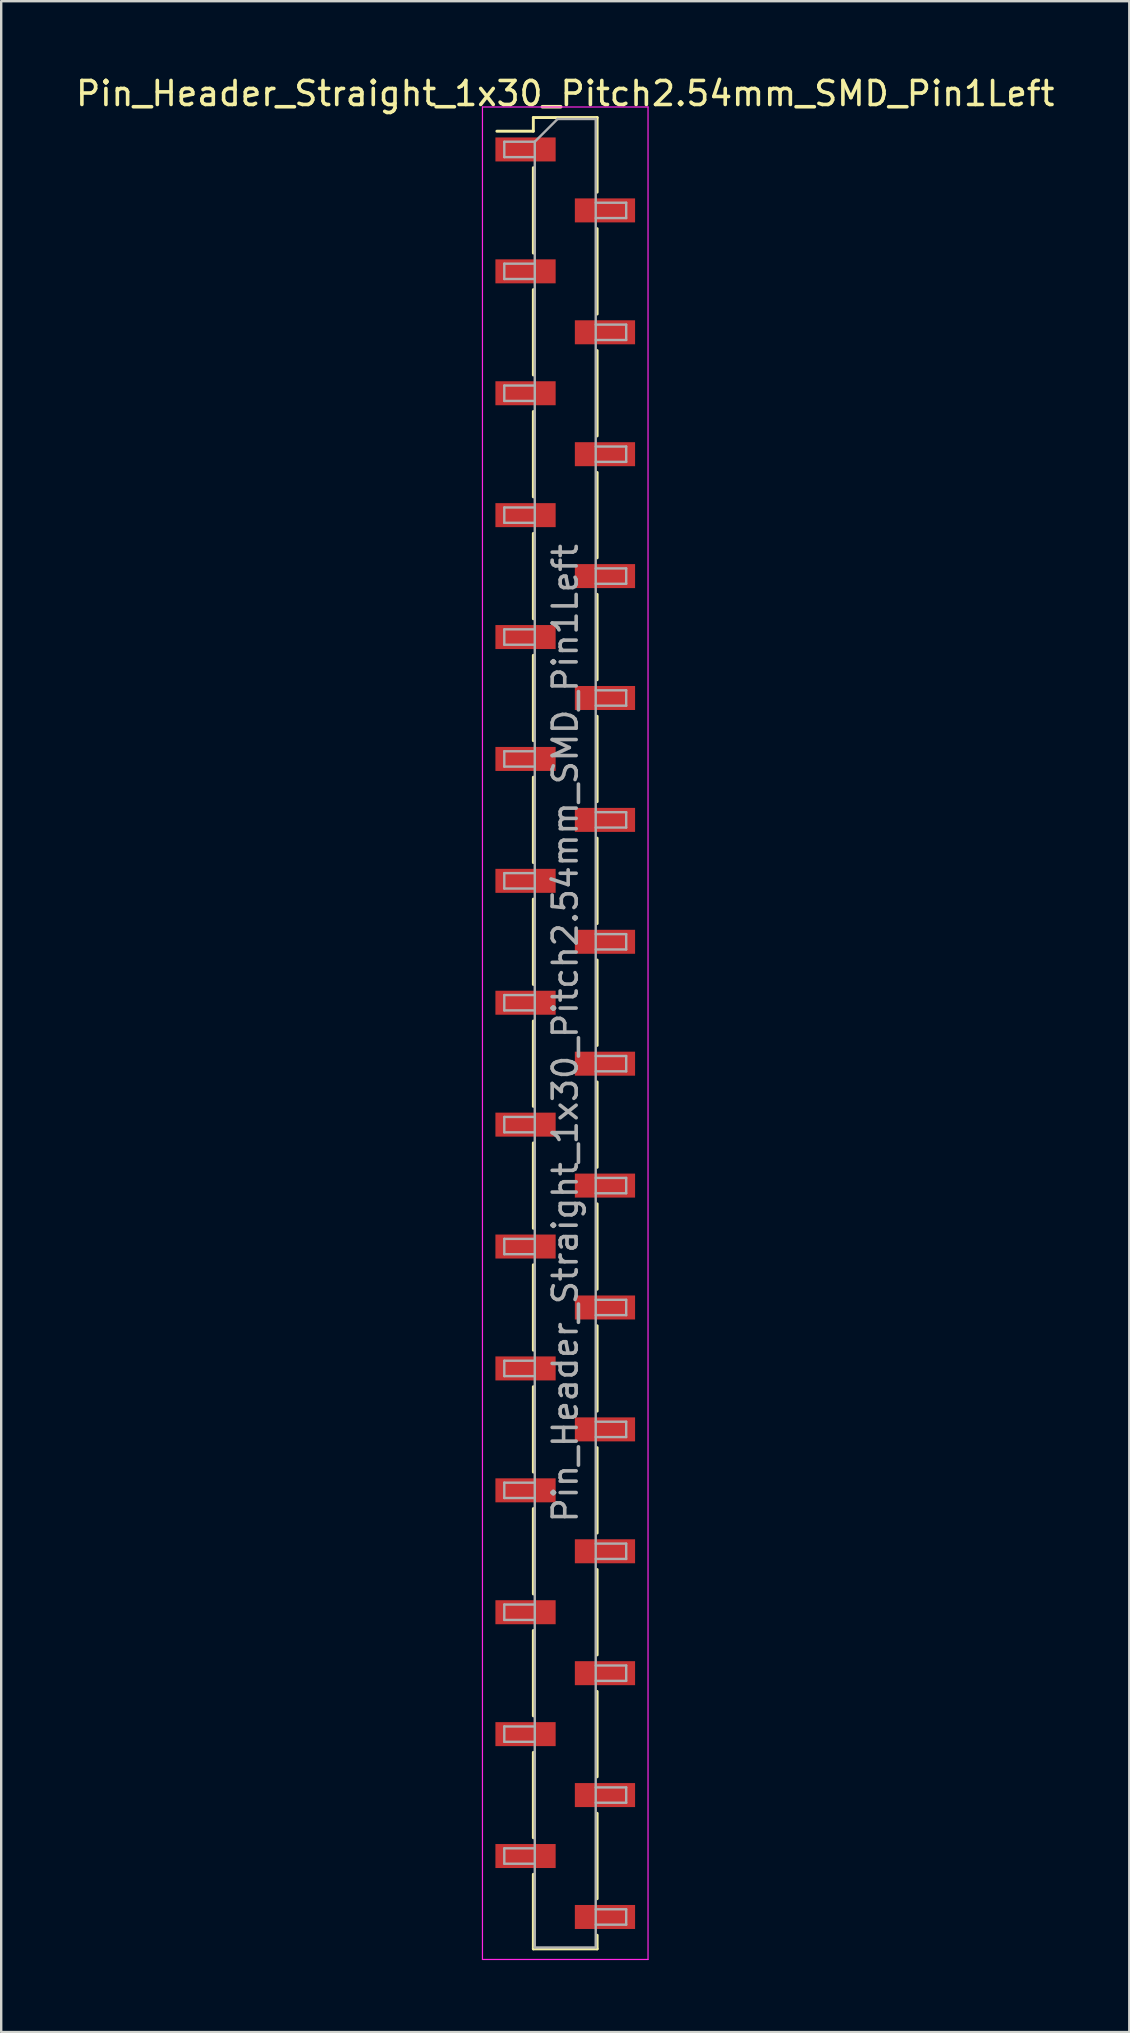
<source format=kicad_pcb>
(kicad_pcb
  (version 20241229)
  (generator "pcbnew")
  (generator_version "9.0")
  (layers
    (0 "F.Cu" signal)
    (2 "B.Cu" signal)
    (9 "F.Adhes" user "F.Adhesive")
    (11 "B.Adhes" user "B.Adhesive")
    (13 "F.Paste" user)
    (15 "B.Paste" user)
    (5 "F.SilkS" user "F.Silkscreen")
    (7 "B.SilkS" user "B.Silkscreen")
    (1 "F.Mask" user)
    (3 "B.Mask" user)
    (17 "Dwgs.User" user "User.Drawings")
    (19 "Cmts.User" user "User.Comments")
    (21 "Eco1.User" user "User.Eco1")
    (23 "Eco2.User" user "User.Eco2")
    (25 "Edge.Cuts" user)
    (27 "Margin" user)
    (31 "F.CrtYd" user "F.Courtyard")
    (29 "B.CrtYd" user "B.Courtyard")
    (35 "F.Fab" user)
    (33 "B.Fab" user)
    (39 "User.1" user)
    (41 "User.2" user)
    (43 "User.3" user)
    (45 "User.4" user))
  (footprint "Pin_Header_Straight_1x30_Pitch2.54mm_SMD_Pin1Left"
    (layer "F.Cu")
    (at 20.506 40.008)
    (property "Reference" "Pin_Header_Straight_1x30_Pitch2.54mm_SMD_Pin1Left" (at 0 -39.16 0) (layer "F.SilkS") (effects (font (size 1 1) (thickness 0.15))))
    (attr smd)
    (fp_line (start -1.33 -38.16) (end -1.33 -37.59) (stroke (width 0.12) (type solid)) (layer "F.SilkS"))
    (fp_line (start -1.33 -38.16) (end 1.33 -38.16) (stroke (width 0.12) (type solid)) (layer "F.SilkS"))
    (fp_line (start -1.33 -37.59) (end -2.85 -37.59) (stroke (width 0.12) (type solid)) (layer "F.SilkS"))
    (fp_line (start -1.33 -36.07) (end -1.33 -32.51) (stroke (width 0.12) (type solid)) (layer "F.SilkS"))
    (fp_line (start -1.33 -30.99) (end -1.33 -27.43) (stroke (width 0.12) (type solid)) (layer "F.SilkS"))
    (fp_line (start -1.33 -25.91) (end -1.33 -22.35) (stroke (width 0.12) (type solid)) (layer "F.SilkS"))
    (fp_line (start -1.33 -20.83) (end -1.33 -17.27) (stroke (width 0.12) (type solid)) (layer "F.SilkS"))
    (fp_line (start -1.33 -15.75) (end -1.33 -12.19) (stroke (width 0.12) (type solid)) (layer "F.SilkS"))
    (fp_line (start -1.33 -10.67) (end -1.33 -7.11) (stroke (width 0.12) (type solid)) (layer "F.SilkS"))
    (fp_line (start -1.33 -5.59) (end -1.33 -2.03) (stroke (width 0.12) (type solid)) (layer "F.SilkS"))
    (fp_line (start -1.33 -0.51) (end -1.33 3.05) (stroke (width 0.12) (type solid)) (layer "F.SilkS"))
    (fp_line (start -1.33 4.57) (end -1.33 8.13) (stroke (width 0.12) (type solid)) (layer "F.SilkS"))
    (fp_line (start -1.33 9.65) (end -1.33 13.21) (stroke (width 0.12) (type solid)) (layer "F.SilkS"))
    (fp_line (start -1.33 14.73) (end -1.33 18.29) (stroke (width 0.12) (type solid)) (layer "F.SilkS"))
    (fp_line (start -1.33 19.81) (end -1.33 23.37) (stroke (width 0.12) (type solid)) (layer "F.SilkS"))
    (fp_line (start -1.33 24.89) (end -1.33 28.45) (stroke (width 0.12) (type solid)) (layer "F.SilkS"))
    (fp_line (start -1.33 29.97) (end -1.33 33.53) (stroke (width 0.12) (type solid)) (layer "F.SilkS"))
    (fp_line (start -1.33 35.05) (end -1.33 38.16) (stroke (width 0.12) (type solid)) (layer "F.SilkS"))
    (fp_line (start -1.33 38.16) (end 1.33 38.16) (stroke (width 0.12) (type solid)) (layer "F.SilkS"))
    (fp_line (start 1.33 -38.16) (end 1.33 -35.05) (stroke (width 0.12) (type solid)) (layer "F.SilkS"))
    (fp_line (start 1.33 -33.53) (end 1.33 -29.97) (stroke (width 0.12) (type solid)) (layer "F.SilkS"))
    (fp_line (start 1.33 -28.45) (end 1.33 -24.89) (stroke (width 0.12) (type solid)) (layer "F.SilkS"))
    (fp_line (start 1.33 -23.37) (end 1.33 -19.81) (stroke (width 0.12) (type solid)) (layer "F.SilkS"))
    (fp_line (start 1.33 -18.29) (end 1.33 -14.73) (stroke (width 0.12) (type solid)) (layer "F.SilkS"))
    (fp_line (start 1.33 -13.21) (end 1.33 -9.65) (stroke (width 0.12) (type solid)) (layer "F.SilkS"))
    (fp_line (start 1.33 -8.13) (end 1.33 -4.57) (stroke (width 0.12) (type solid)) (layer "F.SilkS"))
    (fp_line (start 1.33 -3.05) (end 1.33 0.51) (stroke (width 0.12) (type solid)) (layer "F.SilkS"))
    (fp_line (start 1.33 2.03) (end 1.33 5.59) (stroke (width 0.12) (type solid)) (layer "F.SilkS"))
    (fp_line (start 1.33 7.11) (end 1.33 10.67) (stroke (width 0.12) (type solid)) (layer "F.SilkS"))
    (fp_line (start 1.33 12.19) (end 1.33 15.75) (stroke (width 0.12) (type solid)) (layer "F.SilkS"))
    (fp_line (start 1.33 17.27) (end 1.33 20.83) (stroke (width 0.12) (type solid)) (layer "F.SilkS"))
    (fp_line (start 1.33 22.35) (end 1.33 25.91) (stroke (width 0.12) (type solid)) (layer "F.SilkS"))
    (fp_line (start 1.33 27.43) (end 1.33 30.99) (stroke (width 0.12) (type solid)) (layer "F.SilkS"))
    (fp_line (start 1.33 32.51) (end 1.33 36.07) (stroke (width 0.12) (type solid)) (layer "F.SilkS"))
    (fp_line (start 1.33 37.59) (end 1.33 38.16) (stroke (width 0.12) (type solid)) (layer "F.SilkS"))
    (fp_line (start -3.45 -38.6) (end -3.45 38.6) (stroke (width 0.05) (type solid)) (layer "F.CrtYd"))
    (fp_line (start -3.45 38.6) (end 3.45 38.6) (stroke (width 0.05) (type solid)) (layer "F.CrtYd"))
    (fp_line (start 3.45 -38.6) (end -3.45 -38.6) (stroke (width 0.05) (type solid)) (layer "F.CrtYd"))
    (fp_line (start 3.45 38.6) (end 3.45 -38.6) (stroke (width 0.05) (type solid)) (layer "F.CrtYd"))
    (fp_line (start -2.54 -37.15) (end -2.54 -36.51) (stroke (width 0.1) (type solid)) (layer "F.Fab"))
    (fp_line (start -2.54 -36.51) (end -1.27 -36.51) (stroke (width 0.1) (type solid)) (layer "F.Fab"))
    (fp_line (start -2.54 -32.07) (end -2.54 -31.43) (stroke (width 0.1) (type solid)) (layer "F.Fab"))
    (fp_line (start -2.54 -31.43) (end -1.27 -31.43) (stroke (width 0.1) (type solid)) (layer "F.Fab"))
    (fp_line (start -2.54 -26.99) (end -2.54 -26.35) (stroke (width 0.1) (type solid)) (layer "F.Fab"))
    (fp_line (start -2.54 -26.35) (end -1.27 -26.35) (stroke (width 0.1) (type solid)) (layer "F.Fab"))
    (fp_line (start -2.54 -21.91) (end -2.54 -21.27) (stroke (width 0.1) (type solid)) (layer "F.Fab"))
    (fp_line (start -2.54 -21.27) (end -1.27 -21.27) (stroke (width 0.1) (type solid)) (layer "F.Fab"))
    (fp_line (start -2.54 -16.83) (end -2.54 -16.19) (stroke (width 0.1) (type solid)) (layer "F.Fab"))
    (fp_line (start -2.54 -16.19) (end -1.27 -16.19) (stroke (width 0.1) (type solid)) (layer "F.Fab"))
    (fp_line (start -2.54 -11.75) (end -2.54 -11.11) (stroke (width 0.1) (type solid)) (layer "F.Fab"))
    (fp_line (start -2.54 -11.11) (end -1.27 -11.11) (stroke (width 0.1) (type solid)) (layer "F.Fab"))
    (fp_line (start -2.54 -6.67) (end -2.54 -6.03) (stroke (width 0.1) (type solid)) (layer "F.Fab"))
    (fp_line (start -2.54 -6.03) (end -1.27 -6.03) (stroke (width 0.1) (type solid)) (layer "F.Fab"))
    (fp_line (start -2.54 -1.59) (end -2.54 -0.95) (stroke (width 0.1) (type solid)) (layer "F.Fab"))
    (fp_line (start -2.54 -0.95) (end -1.27 -0.95) (stroke (width 0.1) (type solid)) (layer "F.Fab"))
    (fp_line (start -2.54 3.49) (end -2.54 4.13) (stroke (width 0.1) (type solid)) (layer "F.Fab"))
    (fp_line (start -2.54 4.13) (end -1.27 4.13) (stroke (width 0.1) (type solid)) (layer "F.Fab"))
    (fp_line (start -2.54 8.57) (end -2.54 9.21) (stroke (width 0.1) (type solid)) (layer "F.Fab"))
    (fp_line (start -2.54 9.21) (end -1.27 9.21) (stroke (width 0.1) (type solid)) (layer "F.Fab"))
    (fp_line (start -2.54 13.65) (end -2.54 14.29) (stroke (width 0.1) (type solid)) (layer "F.Fab"))
    (fp_line (start -2.54 14.29) (end -1.27 14.29) (stroke (width 0.1) (type solid)) (layer "F.Fab"))
    (fp_line (start -2.54 18.73) (end -2.54 19.37) (stroke (width 0.1) (type solid)) (layer "F.Fab"))
    (fp_line (start -2.54 19.37) (end -1.27 19.37) (stroke (width 0.1) (type solid)) (layer "F.Fab"))
    (fp_line (start -2.54 23.81) (end -2.54 24.45) (stroke (width 0.1) (type solid)) (layer "F.Fab"))
    (fp_line (start -2.54 24.45) (end -1.27 24.45) (stroke (width 0.1) (type solid)) (layer "F.Fab"))
    (fp_line (start -2.54 28.89) (end -2.54 29.53) (stroke (width 0.1) (type solid)) (layer "F.Fab"))
    (fp_line (start -2.54 29.53) (end -1.27 29.53) (stroke (width 0.1) (type solid)) (layer "F.Fab"))
    (fp_line (start -2.54 33.97) (end -2.54 34.61) (stroke (width 0.1) (type solid)) (layer "F.Fab"))
    (fp_line (start -2.54 34.61) (end -1.27 34.61) (stroke (width 0.1) (type solid)) (layer "F.Fab"))
    (fp_line (start -1.27 -37.15) (end -2.54 -37.15) (stroke (width 0.1) (type solid)) (layer "F.Fab"))
    (fp_line (start -1.27 -37.15) (end -0.32 -38.1) (stroke (width 0.1) (type solid)) (layer "F.Fab"))
    (fp_line (start -1.27 -32.07) (end -2.54 -32.07) (stroke (width 0.1) (type solid)) (layer "F.Fab"))
    (fp_line (start -1.27 -26.99) (end -2.54 -26.99) (stroke (width 0.1) (type solid)) (layer "F.Fab"))
    (fp_line (start -1.27 -21.91) (end -2.54 -21.91) (stroke (width 0.1) (type solid)) (layer "F.Fab"))
    (fp_line (start -1.27 -16.83) (end -2.54 -16.83) (stroke (width 0.1) (type solid)) (layer "F.Fab"))
    (fp_line (start -1.27 -11.75) (end -2.54 -11.75) (stroke (width 0.1) (type solid)) (layer "F.Fab"))
    (fp_line (start -1.27 -6.67) (end -2.54 -6.67) (stroke (width 0.1) (type solid)) (layer "F.Fab"))
    (fp_line (start -1.27 -1.59) (end -2.54 -1.59) (stroke (width 0.1) (type solid)) (layer "F.Fab"))
    (fp_line (start -1.27 3.49) (end -2.54 3.49) (stroke (width 0.1) (type solid)) (layer "F.Fab"))
    (fp_line (start -1.27 8.57) (end -2.54 8.57) (stroke (width 0.1) (type solid)) (layer "F.Fab"))
    (fp_line (start -1.27 13.65) (end -2.54 13.65) (stroke (width 0.1) (type solid)) (layer "F.Fab"))
    (fp_line (start -1.27 18.73) (end -2.54 18.73) (stroke (width 0.1) (type solid)) (layer "F.Fab"))
    (fp_line (start -1.27 23.81) (end -2.54 23.81) (stroke (width 0.1) (type solid)) (layer "F.Fab"))
    (fp_line (start -1.27 28.89) (end -2.54 28.89) (stroke (width 0.1) (type solid)) (layer "F.Fab"))
    (fp_line (start -1.27 33.97) (end -2.54 33.97) (stroke (width 0.1) (type solid)) (layer "F.Fab"))
    (fp_line (start -1.27 38.1) (end -1.27 -37.15) (stroke (width 0.1) (type solid)) (layer "F.Fab"))
    (fp_line (start -0.32 -38.1) (end 1.27 -38.1) (stroke (width 0.1) (type solid)) (layer "F.Fab"))
    (fp_line (start 1.27 -38.1) (end 1.27 38.1) (stroke (width 0.1) (type solid)) (layer "F.Fab"))
    (fp_line (start 1.27 -34.61) (end 2.54 -34.61) (stroke (width 0.1) (type solid)) (layer "F.Fab"))
    (fp_line (start 1.27 -29.53) (end 2.54 -29.53) (stroke (width 0.1) (type solid)) (layer "F.Fab"))
    (fp_line (start 1.27 -24.45) (end 2.54 -24.45) (stroke (width 0.1) (type solid)) (layer "F.Fab"))
    (fp_line (start 1.27 -19.37) (end 2.54 -19.37) (stroke (width 0.1) (type solid)) (layer "F.Fab"))
    (fp_line (start 1.27 -14.29) (end 2.54 -14.29) (stroke (width 0.1) (type solid)) (layer "F.Fab"))
    (fp_line (start 1.27 -9.21) (end 2.54 -9.21) (stroke (width 0.1) (type solid)) (layer "F.Fab"))
    (fp_line (start 1.27 -4.13) (end 2.54 -4.13) (stroke (width 0.1) (type solid)) (layer "F.Fab"))
    (fp_line (start 1.27 0.95) (end 2.54 0.95) (stroke (width 0.1) (type solid)) (layer "F.Fab"))
    (fp_line (start 1.27 6.03) (end 2.54 6.03) (stroke (width 0.1) (type solid)) (layer "F.Fab"))
    (fp_line (start 1.27 11.11) (end 2.54 11.11) (stroke (width 0.1) (type solid)) (layer "F.Fab"))
    (fp_line (start 1.27 16.19) (end 2.54 16.19) (stroke (width 0.1) (type solid)) (layer "F.Fab"))
    (fp_line (start 1.27 21.27) (end 2.54 21.27) (stroke (width 0.1) (type solid)) (layer "F.Fab"))
    (fp_line (start 1.27 26.35) (end 2.54 26.35) (stroke (width 0.1) (type solid)) (layer "F.Fab"))
    (fp_line (start 1.27 31.43) (end 2.54 31.43) (stroke (width 0.1) (type solid)) (layer "F.Fab"))
    (fp_line (start 1.27 36.51) (end 2.54 36.51) (stroke (width 0.1) (type solid)) (layer "F.Fab"))
    (fp_line (start 1.27 38.1) (end -1.27 38.1) (stroke (width 0.1) (type solid)) (layer "F.Fab"))
    (fp_line (start 2.54 -34.61) (end 2.54 -33.97) (stroke (width 0.1) (type solid)) (layer "F.Fab"))
    (fp_line (start 2.54 -33.97) (end 1.27 -33.97) (stroke (width 0.1) (type solid)) (layer "F.Fab"))
    (fp_line (start 2.54 -29.53) (end 2.54 -28.89) (stroke (width 0.1) (type solid)) (layer "F.Fab"))
    (fp_line (start 2.54 -28.89) (end 1.27 -28.89) (stroke (width 0.1) (type solid)) (layer "F.Fab"))
    (fp_line (start 2.54 -24.45) (end 2.54 -23.81) (stroke (width 0.1) (type solid)) (layer "F.Fab"))
    (fp_line (start 2.54 -23.81) (end 1.27 -23.81) (stroke (width 0.1) (type solid)) (layer "F.Fab"))
    (fp_line (start 2.54 -19.37) (end 2.54 -18.73) (stroke (width 0.1) (type solid)) (layer "F.Fab"))
    (fp_line (start 2.54 -18.73) (end 1.27 -18.73) (stroke (width 0.1) (type solid)) (layer "F.Fab"))
    (fp_line (start 2.54 -14.29) (end 2.54 -13.65) (stroke (width 0.1) (type solid)) (layer "F.Fab"))
    (fp_line (start 2.54 -13.65) (end 1.27 -13.65) (stroke (width 0.1) (type solid)) (layer "F.Fab"))
    (fp_line (start 2.54 -9.21) (end 2.54 -8.57) (stroke (width 0.1) (type solid)) (layer "F.Fab"))
    (fp_line (start 2.54 -8.57) (end 1.27 -8.57) (stroke (width 0.1) (type solid)) (layer "F.Fab"))
    (fp_line (start 2.54 -4.13) (end 2.54 -3.49) (stroke (width 0.1) (type solid)) (layer "F.Fab"))
    (fp_line (start 2.54 -3.49) (end 1.27 -3.49) (stroke (width 0.1) (type solid)) (layer "F.Fab"))
    (fp_line (start 2.54 0.95) (end 2.54 1.59) (stroke (width 0.1) (type solid)) (layer "F.Fab"))
    (fp_line (start 2.54 1.59) (end 1.27 1.59) (stroke (width 0.1) (type solid)) (layer "F.Fab"))
    (fp_line (start 2.54 6.03) (end 2.54 6.67) (stroke (width 0.1) (type solid)) (layer "F.Fab"))
    (fp_line (start 2.54 6.67) (end 1.27 6.67) (stroke (width 0.1) (type solid)) (layer "F.Fab"))
    (fp_line (start 2.54 11.11) (end 2.54 11.75) (stroke (width 0.1) (type solid)) (layer "F.Fab"))
    (fp_line (start 2.54 11.75) (end 1.27 11.75) (stroke (width 0.1) (type solid)) (layer "F.Fab"))
    (fp_line (start 2.54 16.19) (end 2.54 16.83) (stroke (width 0.1) (type solid)) (layer "F.Fab"))
    (fp_line (start 2.54 16.83) (end 1.27 16.83) (stroke (width 0.1) (type solid)) (layer "F.Fab"))
    (fp_line (start 2.54 21.27) (end 2.54 21.91) (stroke (width 0.1) (type solid)) (layer "F.Fab"))
    (fp_line (start 2.54 21.91) (end 1.27 21.91) (stroke (width 0.1) (type solid)) (layer "F.Fab"))
    (fp_line (start 2.54 26.35) (end 2.54 26.99) (stroke (width 0.1) (type solid)) (layer "F.Fab"))
    (fp_line (start 2.54 26.99) (end 1.27 26.99) (stroke (width 0.1) (type solid)) (layer "F.Fab"))
    (fp_line (start 2.54 31.43) (end 2.54 32.07) (stroke (width 0.1) (type solid)) (layer "F.Fab"))
    (fp_line (start 2.54 32.07) (end 1.27 32.07) (stroke (width 0.1) (type solid)) (layer "F.Fab"))
    (fp_line (start 2.54 36.51) (end 2.54 37.15) (stroke (width 0.1) (type solid)) (layer "F.Fab"))
    (fp_line (start 2.54 37.15) (end 1.27 37.15) (stroke (width 0.1) (type solid)) (layer "F.Fab"))
    (fp_text user "${REFERENCE}" (at 0 0 90) (layer "F.Fab") (effects (font (size 1 1) (thickness 0.15))))
    (pad "1" smd rect (at -1.655 -36.83) (size 2.51 1) (layers "F.Cu" "F.Mask" "F.Paste"))
    (pad "2" smd rect (at 1.655 -34.29) (size 2.51 1) (layers "F.Cu" "F.Mask" "F.Paste"))
    (pad "3" smd rect (at -1.655 -31.75) (size 2.51 1) (layers "F.Cu" "F.Mask" "F.Paste"))
    (pad "4" smd rect (at 1.655 -29.21) (size 2.51 1) (layers "F.Cu" "F.Mask" "F.Paste"))
    (pad "5" smd rect (at -1.655 -26.67) (size 2.51 1) (layers "F.Cu" "F.Mask" "F.Paste"))
    (pad "6" smd rect (at 1.655 -24.13) (size 2.51 1) (layers "F.Cu" "F.Mask" "F.Paste"))
    (pad "7" smd rect (at -1.655 -21.59) (size 2.51 1) (layers "F.Cu" "F.Mask" "F.Paste"))
    (pad "8" smd rect (at 1.655 -19.05) (size 2.51 1) (layers "F.Cu" "F.Mask" "F.Paste"))
    (pad "9" smd rect (at -1.655 -16.51) (size 2.51 1) (layers "F.Cu" "F.Mask" "F.Paste"))
    (pad "10" smd rect (at 1.655 -13.97) (size 2.51 1) (layers "F.Cu" "F.Mask" "F.Paste"))
    (pad "11" smd rect (at -1.655 -11.43) (size 2.51 1) (layers "F.Cu" "F.Mask" "F.Paste"))
    (pad "12" smd rect (at 1.655 -8.89) (size 2.51 1) (layers "F.Cu" "F.Mask" "F.Paste"))
    (pad "13" smd rect (at -1.655 -6.35) (size 2.51 1) (layers "F.Cu" "F.Mask" "F.Paste"))
    (pad "14" smd rect (at 1.655 -3.81) (size 2.51 1) (layers "F.Cu" "F.Mask" "F.Paste"))
    (pad "15" smd rect (at -1.655 -1.27) (size 2.51 1) (layers "F.Cu" "F.Mask" "F.Paste"))
    (pad "16" smd rect (at 1.655 1.27) (size 2.51 1) (layers "F.Cu" "F.Mask" "F.Paste"))
    (pad "17" smd rect (at -1.655 3.81) (size 2.51 1) (layers "F.Cu" "F.Mask" "F.Paste"))
    (pad "18" smd rect (at 1.655 6.35) (size 2.51 1) (layers "F.Cu" "F.Mask" "F.Paste"))
    (pad "19" smd rect (at -1.655 8.89) (size 2.51 1) (layers "F.Cu" "F.Mask" "F.Paste"))
    (pad "20" smd rect (at 1.655 11.43) (size 2.51 1) (layers "F.Cu" "F.Mask" "F.Paste"))
    (pad "21" smd rect (at -1.655 13.97) (size 2.51 1) (layers "F.Cu" "F.Mask" "F.Paste"))
    (pad "22" smd rect (at 1.655 16.51) (size 2.51 1) (layers "F.Cu" "F.Mask" "F.Paste"))
    (pad "23" smd rect (at -1.655 19.05) (size 2.51 1) (layers "F.Cu" "F.Mask" "F.Paste"))
    (pad "24" smd rect (at 1.655 21.59) (size 2.51 1) (layers "F.Cu" "F.Mask" "F.Paste"))
    (pad "25" smd rect (at -1.655 24.13) (size 2.51 1) (layers "F.Cu" "F.Mask" "F.Paste"))
    (pad "26" smd rect (at 1.655 26.67) (size 2.51 1) (layers "F.Cu" "F.Mask" "F.Paste"))
    (pad "27" smd rect (at -1.655 29.21) (size 2.51 1) (layers "F.Cu" "F.Mask" "F.Paste"))
    (pad "28" smd rect (at 1.655 31.75) (size 2.51 1) (layers "F.Cu" "F.Mask" "F.Paste"))
    (pad "29" smd rect (at -1.655 34.29) (size 2.51 1) (layers "F.Cu" "F.Mask" "F.Paste"))
    (pad "30" smd rect (at 1.655 36.83) (size 2.51 1) (layers "F.Cu" "F.Mask" "F.Paste")))
  (gr_rect
    (start -3 -3)
    (end 44.012 81.633)
    (stroke (width 0.1) (type default))
    (fill no)
    (layer "Edge.Cuts")))
</source>
